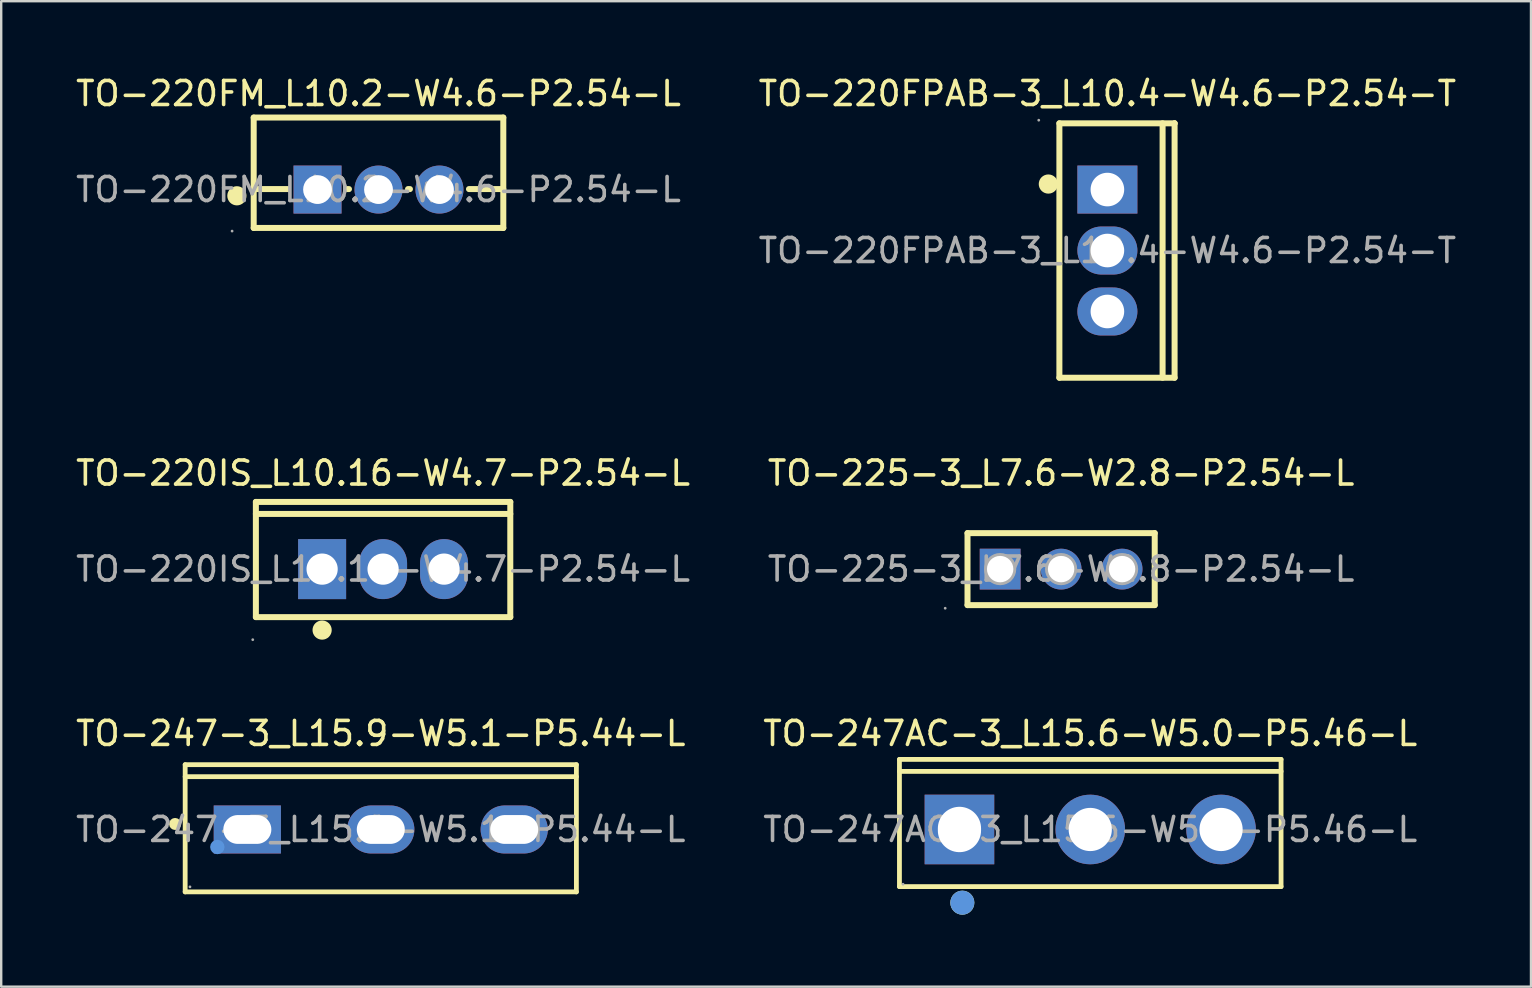
<source format=kicad_pcb>
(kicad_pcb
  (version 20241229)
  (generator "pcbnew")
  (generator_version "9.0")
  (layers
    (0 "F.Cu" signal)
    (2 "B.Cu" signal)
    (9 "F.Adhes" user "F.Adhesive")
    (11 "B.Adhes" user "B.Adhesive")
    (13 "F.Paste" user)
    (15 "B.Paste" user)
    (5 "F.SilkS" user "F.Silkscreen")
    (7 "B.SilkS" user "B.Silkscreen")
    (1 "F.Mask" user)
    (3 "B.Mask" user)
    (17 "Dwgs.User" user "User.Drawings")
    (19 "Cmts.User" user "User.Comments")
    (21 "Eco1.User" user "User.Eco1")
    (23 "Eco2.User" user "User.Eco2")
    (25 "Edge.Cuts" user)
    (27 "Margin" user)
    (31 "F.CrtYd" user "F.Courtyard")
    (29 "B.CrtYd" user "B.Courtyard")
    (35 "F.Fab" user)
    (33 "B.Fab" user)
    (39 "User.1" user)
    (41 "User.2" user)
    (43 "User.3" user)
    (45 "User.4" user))
  (footprint "TO-220FM_L10.2-W4.6-P2.54-L"
    (layer "F.Cu")
    (at 12.72 4.848)
    (property "Reference" "TO-220FM_L10.2-W4.6-P2.54-L" (at 0 -4 0) (layer "F.SilkS") (effects (font (size 1 1) (thickness 0.15))))
    (attr through_hole)
    (fp_line (start -5.2 -3) (end -5.2 1.6) (stroke (width 0.25) (type solid)) (layer "F.SilkS"))
    (fp_line (start -5.2 -0.02) (end -3.77 -0.02) (stroke (width 0.25) (type solid)) (layer "F.SilkS"))
    (fp_line (start -5.2 1.6) (end 5.2 1.6) (stroke (width 0.25) (type solid)) (layer "F.SilkS"))
    (fp_line (start -1.31 -0.02) (end -1.23 -0.02) (stroke (width 0.25) (type solid)) (layer "F.SilkS"))
    (fp_line (start 1.23 -0.02) (end 1.31 -0.02) (stroke (width 0.25) (type solid)) (layer "F.SilkS"))
    (fp_line (start 3.77 -0.02) (end 5.2 -0.02) (stroke (width 0.25) (type solid)) (layer "F.SilkS"))
    (fp_line (start 5.2 -3) (end -5.2 -3) (stroke (width 0.25) (type solid)) (layer "F.SilkS"))
    (fp_line (start 5.2 -3) (end 5.2 1.6) (stroke (width 0.25) (type solid)) (layer "F.SilkS"))
    (fp_arc (start -5.9 0.26) (mid -5.9 0.26) (end -5.9 0.26) (stroke (width 0.4) (type solid)) (layer "F.SilkS"))
    (fp_circle (center -6.1 1.73) (end -6.07 1.73) (stroke (width 0.06) (type solid)) (fill no) (layer "F.Fab"))
    (fp_circle (center -2.54 0) (end -2.29 0) (stroke (width 0.5) (type solid)) (fill no) (layer "F.Fab"))
    (fp_circle (center 0 0) (end 0.25 0) (stroke (width 0.5) (type solid)) (fill no) (layer "F.Fab"))
    (fp_circle (center 2.54 0) (end 2.79 0) (stroke (width 0.5) (type solid)) (fill no) (layer "F.Fab"))
    (fp_text user "${REFERENCE}" (at 0 0 0) (layer "F.Fab") (effects (font (size 1 1) (thickness 0.15))))
    (pad "1" thru_hole rect (at -2.54 0) (size 2 2) (drill 1.2) (layers "*.Cu" "*.Paste" "*.Mask"))
    (pad "2" thru_hole oval (at 0 0) (size 2 2) (drill 1.2) (layers "*.Cu" "*.Paste" "*.Mask"))
    (pad "3" thru_hole oval (at 2.54 0) (size 2 2) (drill 1.2) (layers "*.Cu" "*.Paste" "*.Mask")))
  (footprint "TO-225-3_L7.6-W2.8-P2.54-L"
    (layer "F.Cu")
    (at 41.161 20.662)
    (property "Reference" "TO-225-3_L7.6-W2.8-P2.54-L" (at 0 -4 0) (layer "F.SilkS") (effects (font (size 1 1) (thickness 0.15))))
    (attr through_hole)
    (fp_line (start -3.9 -1.5) (end 3.9 -1.5) (stroke (width 0.25) (type solid)) (layer "F.SilkS"))
    (fp_line (start -3.9 1.5) (end -3.9 -1.5) (stroke (width 0.25) (type solid)) (layer "F.SilkS"))
    (fp_line (start 3.9 -1.5) (end 3.9 1.5) (stroke (width 0.25) (type solid)) (layer "F.SilkS"))
    (fp_line (start 3.9 1.5) (end -3.9 1.5) (stroke (width 0.25) (type solid)) (layer "F.SilkS"))
    (fp_circle (center -4.83 1.63) (end -4.8 1.63) (stroke (width 0.06) (type solid)) (fill no) (layer "F.Fab"))
    (fp_circle (center -2.54 0) (end -2.32 0) (stroke (width 0.45) (type solid)) (fill no) (layer "F.Fab"))
    (fp_circle (center 0 0) (end 0.22 0) (stroke (width 0.45) (type solid)) (fill no) (layer "F.Fab"))
    (fp_circle (center 2.54 0) (end 2.76 0) (stroke (width 0.45) (type solid)) (fill no) (layer "F.Fab"))
    (fp_text user "${REFERENCE}" (at 0 0 0) (layer "F.Fab") (effects (font (size 1 1) (thickness 0.15))))
    (pad "1" thru_hole rect (at -2.54 0) (size 1.7 1.7) (drill 1.1) (layers "*.Cu" "*.Paste" "*.Mask"))
    (pad "2" thru_hole circle (at 0 0) (size 1.7 1.7) (drill 1.1) (layers "*.Cu" "*.Paste" "*.Mask"))
    (pad "3" thru_hole circle (at 2.54 0) (size 1.7 1.7) (drill 1.1) (layers "*.Cu" "*.Paste" "*.Mask")))
  (footprint "TO-247AC-3_L15.6-W5.0-P5.46-L"
    (layer "F.Cu")
    (at 42.375 31.51)
    (property "Reference" "TO-247AC-3_L15.6-W5.0-P5.46-L" (at 0 -4 0) (layer "F.SilkS") (effects (font (size 1 1) (thickness 0.15))))
    (attr through_hole)
    (fp_line (start -7.95 -2.92) (end -7.95 2.38) (stroke (width 0.2) (type solid)) (layer "F.SilkS"))
    (fp_line (start -7.95 -2.42) (end 7.95 -2.42) (stroke (width 0.2) (type solid)) (layer "F.SilkS"))
    (fp_line (start -7.95 2.38) (end 7.95 2.38) (stroke (width 0.2) (type solid)) (layer "F.SilkS"))
    (fp_line (start 7.95 -2.92) (end -7.95 -2.92) (stroke (width 0.2) (type solid)) (layer "F.SilkS"))
    (fp_line (start 7.95 2.38) (end 7.95 -2.92) (stroke (width 0.2) (type solid)) (layer "F.SilkS"))
    (fp_circle (center -5.33 3.05) (end -5.08 3.05) (stroke (width 0.5) (type solid)) (fill no) (layer "F.SilkS"))
    (fp_circle (center -5.33 3.05) (end -5.08 3.05) (stroke (width 0.5) (type solid)) (fill no) (layer "Cmts.User"))
    (fp_circle (center -7.8 2.28) (end -7.77 2.28) (stroke (width 0.06) (type solid)) (fill no) (layer "F.Fab"))
    (fp_text user "${REFERENCE}" (at 0 0 0) (layer "F.Fab") (effects (font (size 1 1) (thickness 0.15))))
    (pad "1" thru_hole rect (at -5.45 0) (size 2.9 2.9) (drill oval 1.8 1.89) (layers "*.Cu" "*.Paste" "*.Mask"))
    (pad "2" thru_hole circle (at 0 0) (size 2.9 2.9) (drill 1.8) (layers "*.Cu" "*.Paste" "*.Mask"))
    (pad "3" thru_hole circle (at 5.45 0) (size 2.9 2.9) (drill 1.8) (layers "*.Cu" "*.Paste" "*.Mask")))
  (footprint "TO-247-3_L15.9-W5.1-P5.44-L"
    (layer "F.Cu")
    (at 12.815 31.51)
    (property "Reference" "TO-247-3_L15.9-W5.1-P5.44-L" (at 0 -4 0) (layer "F.SilkS") (effects (font (size 1 1) (thickness 0.15))))
    (attr through_hole)
    (fp_line (start -8.15 -2.7) (end -8.15 2.6) (stroke (width 0.2) (type solid)) (layer "F.SilkS"))
    (fp_line (start 8.15 -2.7) (end -8.15 -2.7) (stroke (width 0.2) (type solid)) (layer "F.SilkS"))
    (fp_line (start 8.15 -2.2) (end -8.15 -2.2) (stroke (width 0.2) (type solid)) (layer "F.SilkS"))
    (fp_line (start 8.15 2.6) (end -8.15 2.6) (stroke (width 0.2) (type solid)) (layer "F.SilkS"))
    (fp_line (start 8.15 2.6) (end 8.15 -2.7) (stroke (width 0.2) (type solid)) (layer "F.SilkS"))
    (fp_arc (start -8.57 -0.23) (mid -8.57 -0.23) (end -8.57 -0.23) (stroke (width 0.25) (type solid)) (layer "F.SilkS"))
    (fp_circle (center -6.81 0.73) (end -6.66 0.73) (stroke (width 0.3) (type solid)) (fill no) (layer "Cmts.User"))
    (fp_circle (center -7.95 2.39) (end -7.92 2.39) (stroke (width 0.06) (type solid)) (fill no) (layer "F.Fab"))
    (fp_text user "${REFERENCE}" (at 0 0 0) (layer "F.Fab") (effects (font (size 1 1) (thickness 0.15))))
    (pad "1" thru_hole rect (at -5.56 0 90) (size 2 2.8) (drill oval 1.2 2) (layers "*.Cu" "*.Paste" "*.Mask"))
    (pad "2" thru_hole oval (at 0 0 90) (size 2 2.8) (drill oval 1.2 2) (layers "*.Cu" "*.Paste" "*.Mask"))
    (pad "3" thru_hole oval (at 5.56 0 90) (size 2 2.8) (drill oval 1.2 2) (layers "*.Cu" "*.Paste" "*.Mask")))
  (footprint "TO-220IS_L10.16-W4.7-P2.54-L"
    (layer "F.Cu")
    (at 12.911 20.662)
    (property "Reference" "TO-220IS_L10.16-W4.7-P2.54-L" (at 0 -4 0) (layer "F.SilkS") (effects (font (size 1 1) (thickness 0.15))))
    (attr through_hole)
    (fp_line (start -5.3 -2.8) (end 5.3 -2.8) (stroke (width 0.25) (type solid)) (layer "F.SilkS"))
    (fp_line (start -5.3 2) (end -5.3 -2.8) (stroke (width 0.25) (type solid)) (layer "F.SilkS"))
    (fp_line (start 5.3 -2.8) (end 5.3 2) (stroke (width 0.25) (type solid)) (layer "F.SilkS"))
    (fp_line (start 5.3 -2.3) (end -5.3 -2.3) (stroke (width 0.25) (type solid)) (layer "F.SilkS"))
    (fp_line (start 5.3 2) (end -5.3 2) (stroke (width 0.25) (type solid)) (layer "F.SilkS"))
    (fp_arc (start -2.54 2.54) (mid -2.54 2.54) (end -2.54 2.54) (stroke (width 0.4) (type solid)) (layer "F.SilkS"))
    (fp_circle (center -5.43 2.94) (end -5.4 2.94) (stroke (width 0.06) (type solid)) (fill no) (layer "F.Fab"))
    (fp_circle (center -2.54 0) (end -2.26 0) (stroke (width 0.55) (type solid)) (fill no) (layer "F.Fab"))
    (fp_circle (center 0 0) (end 0.28 0) (stroke (width 0.55) (type solid)) (fill no) (layer "F.Fab"))
    (fp_circle (center 2.54 0) (end 2.82 0) (stroke (width 0.55) (type solid)) (fill no) (layer "F.Fab"))
    (fp_text user "${REFERENCE}" (at 0 0 0) (layer "F.Fab") (effects (font (size 1 1) (thickness 0.15))))
    (pad "1" thru_hole rect (at -2.54 0) (size 2 2.5) (drill 1.3) (layers "*.Cu" "*.Paste" "*.Mask"))
    (pad "2" thru_hole oval (at 0 0) (size 2 2.5) (drill 1.3) (layers "*.Cu" "*.Paste" "*.Mask"))
    (pad "3" thru_hole oval (at 2.54 0) (size 2 2.5) (drill 1.3) (layers "*.Cu" "*.Paste" "*.Mask")))
  (footprint "TO-220FPAB-3_L10.4-W4.6-P2.54-T"
    (layer "F.Cu")
    (at 43.089 7.388)
    (property "Reference" "TO-220FPAB-3_L10.4-W4.6-P2.54-T" (at 0 -6.54 0) (layer "F.SilkS") (effects (font (size 1 1) (thickness 0.15))))
    (attr through_hole)
    (fp_line (start -2 -5.3) (end 2.8 -5.3) (stroke (width 0.25) (type solid)) (layer "F.SilkS"))
    (fp_line (start -2 5.3) (end -2 -5.3) (stroke (width 0.25) (type solid)) (layer "F.SilkS"))
    (fp_line (start 2.3 5.3) (end 2.3 -5.3) (stroke (width 0.25) (type solid)) (layer "F.SilkS"))
    (fp_line (start 2.8 -5.3) (end 2.8 -5.3) (stroke (width 0.25) (type solid)) (layer "F.SilkS"))
    (fp_line (start 2.8 -5.3) (end 2.8 5.3) (stroke (width 0.25) (type solid)) (layer "F.SilkS"))
    (fp_line (start 2.8 5.3) (end -2 5.3) (stroke (width 0.25) (type solid)) (layer "F.SilkS"))
    (fp_arc (start -2.46 -2.77) (mid -2.46 -2.77) (end -2.46 -2.77) (stroke (width 0.4) (type solid)) (layer "F.SilkS"))
    (fp_circle (center -2.86 -5.43) (end -2.83 -5.43) (stroke (width 0.06) (type solid)) (fill no) (layer "F.Fab"))
    (fp_circle (center 0 -2.54) (end 0.3 -2.54) (stroke (width 0.6) (type solid)) (fill no) (layer "F.Fab"))
    (fp_circle (center 0 0) (end 0.3 0) (stroke (width 0.6) (type solid)) (fill no) (layer "F.Fab"))
    (fp_circle (center 0 2.54) (end 0.3 2.54) (stroke (width 0.6) (type solid)) (fill no) (layer "F.Fab"))
    (fp_text user "${REFERENCE}" (at 0 0 0) (layer "F.Fab") (effects (font (size 1 1) (thickness 0.15))))
    (pad "1" thru_hole rect (at 0 -2.54 270) (size 2 2.5) (drill 1.4) (layers "*.Cu" "*.Paste" "*.Mask"))
    (pad "2" thru_hole oval (at 0 0 270) (size 2 2.5) (drill 1.4) (layers "*.Cu" "*.Paste" "*.Mask"))
    (pad "3" thru_hole oval (at 0 2.54 270) (size 2 2.5) (drill 1.4) (layers "*.Cu" "*.Paste" "*.Mask")))
  (gr_rect
    (start -3 -3)
    (end 60.738 38.06)
    (stroke (width 0.1) (type default))
    (fill no)
    (layer "Edge.Cuts")))
</source>
